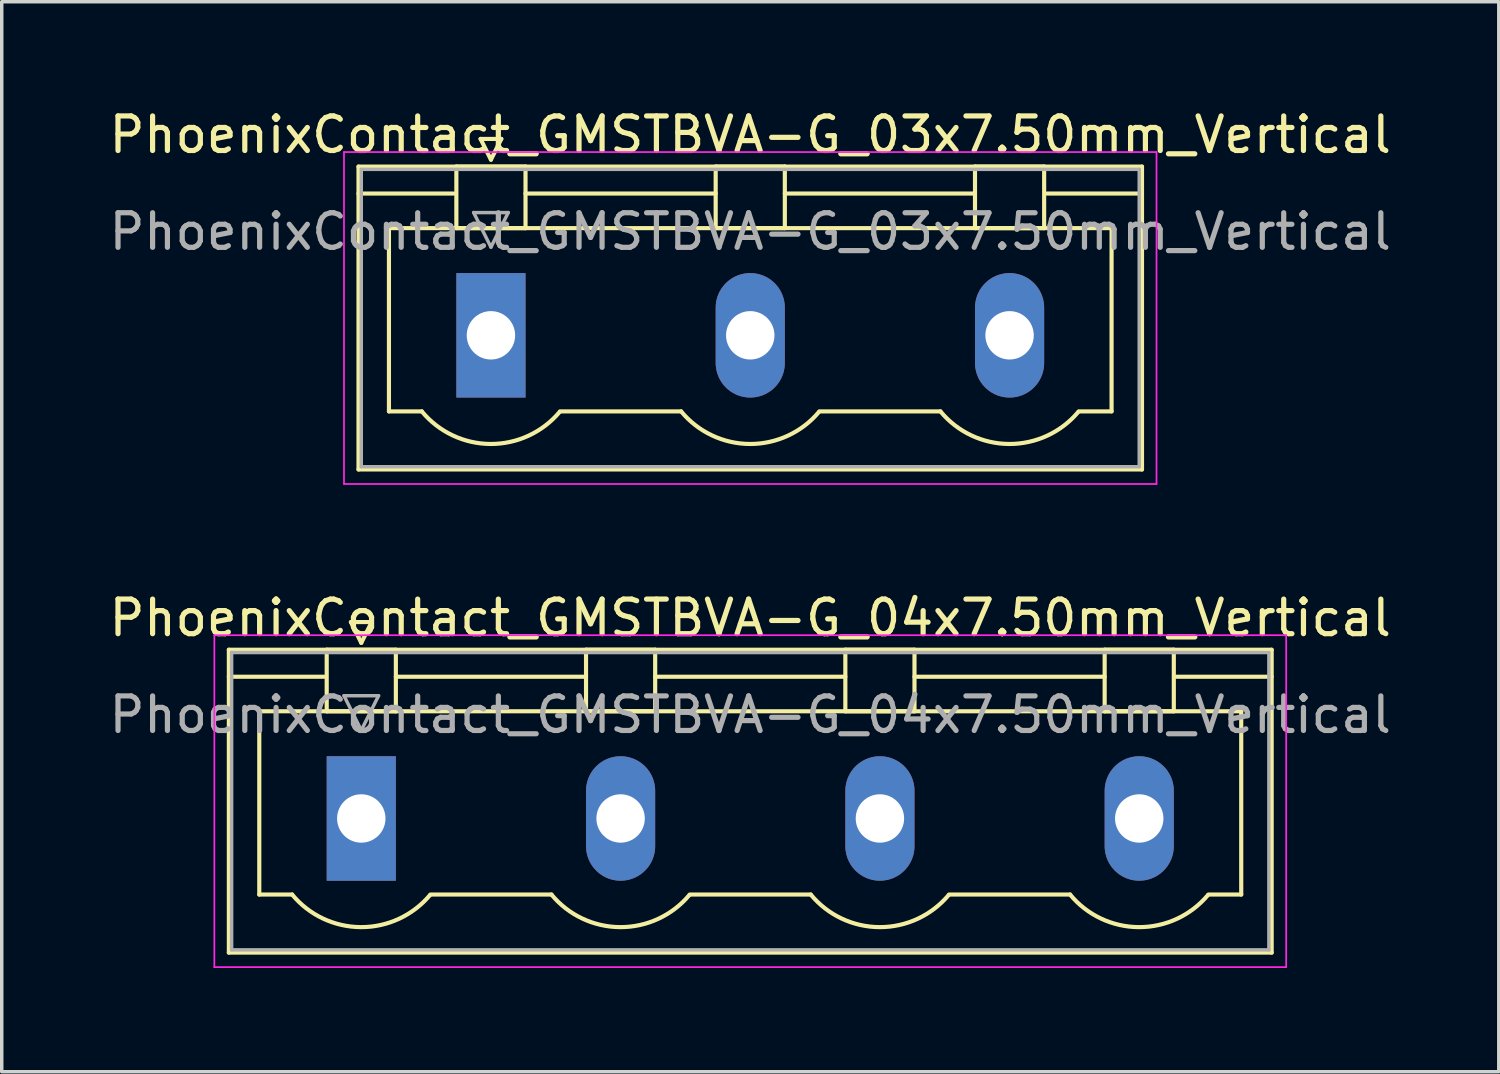
<source format=kicad_pcb>
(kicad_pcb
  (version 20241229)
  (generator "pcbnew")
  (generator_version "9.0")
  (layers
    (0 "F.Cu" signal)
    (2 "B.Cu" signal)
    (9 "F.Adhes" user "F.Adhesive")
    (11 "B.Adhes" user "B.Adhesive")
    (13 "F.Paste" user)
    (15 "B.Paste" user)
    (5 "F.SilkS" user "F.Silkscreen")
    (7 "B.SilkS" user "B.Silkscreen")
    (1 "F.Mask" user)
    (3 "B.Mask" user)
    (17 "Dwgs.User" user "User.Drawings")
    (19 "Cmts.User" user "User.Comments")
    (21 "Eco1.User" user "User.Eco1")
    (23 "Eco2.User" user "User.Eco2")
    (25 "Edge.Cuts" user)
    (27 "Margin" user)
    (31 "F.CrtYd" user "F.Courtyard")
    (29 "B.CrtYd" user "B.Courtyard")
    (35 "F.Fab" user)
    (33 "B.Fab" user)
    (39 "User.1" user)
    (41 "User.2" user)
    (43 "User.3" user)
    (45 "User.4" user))
  (footprint "PhoenixContact_GMSTBVA-G_04x7.50mm_Vertical"
    (layer "F.Cu")
    (at 7.399 20.622)
    (property "Reference" "PhoenixContact_GMSTBVA-G_04x7.50mm_Vertical" (at 11.25 -5.8 0) (layer "F.SilkS") (effects (font (size 1 1) (thickness 0.15))))
    (attr through_hole)
    (fp_line (start -3.83 -4.88) (end -3.83 3.88) (stroke (width 0.12) (type solid)) (layer "F.SilkS"))
    (fp_line (start -3.83 -4.1) (end -1.08 -4.1) (stroke (width 0.12) (type solid)) (layer "F.SilkS"))
    (fp_line (start -3.83 3.88) (end 26.33 3.88) (stroke (width 0.12) (type solid)) (layer "F.SilkS"))
    (fp_line (start -2.95 -3.1) (end 25.45 -3.1) (stroke (width 0.12) (type solid)) (layer "F.SilkS"))
    (fp_line (start -2.95 2.2) (end -2.95 -3.1) (stroke (width 0.12) (type solid)) (layer "F.SilkS"))
    (fp_line (start -2 2.2) (end -2.95 2.2) (stroke (width 0.12) (type solid)) (layer "F.SilkS"))
    (fp_line (start -1 -4.88) (end 1 -4.88) (stroke (width 0.12) (type solid)) (layer "F.SilkS"))
    (fp_line (start -1 -3.1) (end -1 -4.88) (stroke (width 0.12) (type solid)) (layer "F.SilkS"))
    (fp_line (start -0.3 -5.68) (end 0.3 -5.68) (stroke (width 0.12) (type solid)) (layer "F.SilkS"))
    (fp_line (start 0 -5.08) (end -0.3 -5.68) (stroke (width 0.12) (type solid)) (layer "F.SilkS"))
    (fp_line (start 0.3 -5.68) (end 0 -5.08) (stroke (width 0.12) (type solid)) (layer "F.SilkS"))
    (fp_line (start 1 -4.88) (end 1 -3.1) (stroke (width 0.12) (type solid)) (layer "F.SilkS"))
    (fp_line (start 1 -4.1) (end 6.5 -4.1) (stroke (width 0.12) (type solid)) (layer "F.SilkS"))
    (fp_line (start 1 -3.1) (end -1 -3.1) (stroke (width 0.12) (type solid)) (layer "F.SilkS"))
    (fp_line (start 2 2.2) (end 5.5 2.2) (stroke (width 0.12) (type solid)) (layer "F.SilkS"))
    (fp_line (start 6.5 -4.88) (end 8.5 -4.88) (stroke (width 0.12) (type solid)) (layer "F.SilkS"))
    (fp_line (start 6.5 -3.1) (end 6.5 -4.88) (stroke (width 0.12) (type solid)) (layer "F.SilkS"))
    (fp_line (start 8.5 -4.88) (end 8.5 -3.1) (stroke (width 0.12) (type solid)) (layer "F.SilkS"))
    (fp_line (start 8.5 -4.1) (end 14 -4.1) (stroke (width 0.12) (type solid)) (layer "F.SilkS"))
    (fp_line (start 8.5 -3.1) (end 6.5 -3.1) (stroke (width 0.12) (type solid)) (layer "F.SilkS"))
    (fp_line (start 9.5 2.2) (end 13 2.2) (stroke (width 0.12) (type solid)) (layer "F.SilkS"))
    (fp_line (start 14 -4.88) (end 16 -4.88) (stroke (width 0.12) (type solid)) (layer "F.SilkS"))
    (fp_line (start 14 -3.1) (end 14 -4.88) (stroke (width 0.12) (type solid)) (layer "F.SilkS"))
    (fp_line (start 16 -4.88) (end 16 -3.1) (stroke (width 0.12) (type solid)) (layer "F.SilkS"))
    (fp_line (start 16 -4.1) (end 21.5 -4.1) (stroke (width 0.12) (type solid)) (layer "F.SilkS"))
    (fp_line (start 16 -3.1) (end 14 -3.1) (stroke (width 0.12) (type solid)) (layer "F.SilkS"))
    (fp_line (start 17 2.2) (end 20.5 2.2) (stroke (width 0.12) (type solid)) (layer "F.SilkS"))
    (fp_line (start 21.5 -4.88) (end 23.5 -4.88) (stroke (width 0.12) (type solid)) (layer "F.SilkS"))
    (fp_line (start 21.5 -3.1) (end 21.5 -4.88) (stroke (width 0.12) (type solid)) (layer "F.SilkS"))
    (fp_line (start 23.5 -4.88) (end 23.5 -3.1) (stroke (width 0.12) (type solid)) (layer "F.SilkS"))
    (fp_line (start 23.5 -3.1) (end 21.5 -3.1) (stroke (width 0.12) (type solid)) (layer "F.SilkS"))
    (fp_line (start 25.45 -3.1) (end 25.45 2.2) (stroke (width 0.12) (type solid)) (layer "F.SilkS"))
    (fp_line (start 25.45 2.2) (end 24.5 2.2) (stroke (width 0.12) (type solid)) (layer "F.SilkS"))
    (fp_line (start 26.33 -4.88) (end -3.83 -4.88) (stroke (width 0.12) (type solid)) (layer "F.SilkS"))
    (fp_line (start 26.33 -4.1) (end 23.58 -4.1) (stroke (width 0.12) (type solid)) (layer "F.SilkS"))
    (fp_line (start 26.33 3.88) (end 26.33 -4.88) (stroke (width 0.12) (type solid)) (layer "F.SilkS"))
    (fp_arc (start 1.986842 2.215821) (mid -0.010289 3.142758) (end -2 2.2) (stroke (width 0.12) (type solid)) (layer "F.SilkS"))
    (fp_arc (start 9.486842 2.215821) (mid 7.489711 3.142758) (end 5.5 2.2) (stroke (width 0.12) (type solid)) (layer "F.SilkS"))
    (fp_arc (start 16.986842 2.215821) (mid 14.989711 3.142758) (end 13 2.2) (stroke (width 0.12) (type solid)) (layer "F.SilkS"))
    (fp_arc (start 24.486842 2.215821) (mid 22.489711 3.142758) (end 20.5 2.2) (stroke (width 0.12) (type solid)) (layer "F.SilkS"))
    (fp_line (start -4.25 -5.3) (end -4.25 4.3) (stroke (width 0.05) (type solid)) (layer "F.CrtYd"))
    (fp_line (start -4.25 4.3) (end 26.75 4.3) (stroke (width 0.05) (type solid)) (layer "F.CrtYd"))
    (fp_line (start 26.75 -5.3) (end -4.25 -5.3) (stroke (width 0.05) (type solid)) (layer "F.CrtYd"))
    (fp_line (start 26.75 4.3) (end 26.75 -5.3) (stroke (width 0.05) (type solid)) (layer "F.CrtYd"))
    (fp_line (start -3.75 -4.8) (end -3.75 3.8) (stroke (width 0.1) (type solid)) (layer "F.Fab"))
    (fp_line (start -3.75 3.8) (end 26.25 3.8) (stroke (width 0.1) (type solid)) (layer "F.Fab"))
    (fp_line (start -0.5 -3.55) (end 0.5 -3.55) (stroke (width 0.1) (type solid)) (layer "F.Fab"))
    (fp_line (start 0 -2.55) (end -0.5 -3.55) (stroke (width 0.1) (type solid)) (layer "F.Fab"))
    (fp_line (start 0.5 -3.55) (end 0 -2.55) (stroke (width 0.1) (type solid)) (layer "F.Fab"))
    (fp_line (start 26.25 -4.8) (end -3.75 -4.8) (stroke (width 0.1) (type solid)) (layer "F.Fab"))
    (fp_line (start 26.25 3.8) (end 26.25 -4.8) (stroke (width 0.1) (type solid)) (layer "F.Fab"))
    (fp_text user "${REFERENCE}" (at 11.25 -3 0) (layer "F.Fab") (effects (font (size 1 1) (thickness 0.15))))
    (pad "1" thru_hole rect (at 0 0) (size 2 3.6) (drill 1.4) (layers "*.Cu" "*.Mask"))
    (pad "2" thru_hole oval (at 7.5 0) (size 2 3.6) (drill 1.4) (layers "*.Cu" "*.Mask"))
    (pad "3" thru_hole oval (at 15 0) (size 2 3.6) (drill 1.4) (layers "*.Cu" "*.Mask"))
    (pad "4" thru_hole oval (at 22.5 0) (size 2 3.6) (drill 1.4) (layers "*.Cu" "*.Mask")))
  (footprint "PhoenixContact_GMSTBVA-G_03x7.50mm_Vertical"
    (layer "F.Cu")
    (at 11.149 6.648)
    (property "Reference" "PhoenixContact_GMSTBVA-G_03x7.50mm_Vertical" (at 7.5 -5.8 0) (layer "F.SilkS") (effects (font (size 1 1) (thickness 0.15))))
    (attr through_hole)
    (fp_line (start -3.83 -4.88) (end -3.83 3.88) (stroke (width 0.12) (type solid)) (layer "F.SilkS"))
    (fp_line (start -3.83 -4.1) (end -1.08 -4.1) (stroke (width 0.12) (type solid)) (layer "F.SilkS"))
    (fp_line (start -3.83 3.88) (end 18.83 3.88) (stroke (width 0.12) (type solid)) (layer "F.SilkS"))
    (fp_line (start -2.95 -3.1) (end 17.95 -3.1) (stroke (width 0.12) (type solid)) (layer "F.SilkS"))
    (fp_line (start -2.95 2.2) (end -2.95 -3.1) (stroke (width 0.12) (type solid)) (layer "F.SilkS"))
    (fp_line (start -2 2.2) (end -2.95 2.2) (stroke (width 0.12) (type solid)) (layer "F.SilkS"))
    (fp_line (start -1 -4.88) (end 1 -4.88) (stroke (width 0.12) (type solid)) (layer "F.SilkS"))
    (fp_line (start -1 -3.1) (end -1 -4.88) (stroke (width 0.12) (type solid)) (layer "F.SilkS"))
    (fp_line (start -0.3 -5.68) (end 0.3 -5.68) (stroke (width 0.12) (type solid)) (layer "F.SilkS"))
    (fp_line (start 0 -5.08) (end -0.3 -5.68) (stroke (width 0.12) (type solid)) (layer "F.SilkS"))
    (fp_line (start 0.3 -5.68) (end 0 -5.08) (stroke (width 0.12) (type solid)) (layer "F.SilkS"))
    (fp_line (start 1 -4.88) (end 1 -3.1) (stroke (width 0.12) (type solid)) (layer "F.SilkS"))
    (fp_line (start 1 -4.1) (end 6.5 -4.1) (stroke (width 0.12) (type solid)) (layer "F.SilkS"))
    (fp_line (start 1 -3.1) (end -1 -3.1) (stroke (width 0.12) (type solid)) (layer "F.SilkS"))
    (fp_line (start 2 2.2) (end 5.5 2.2) (stroke (width 0.12) (type solid)) (layer "F.SilkS"))
    (fp_line (start 6.5 -4.88) (end 8.5 -4.88) (stroke (width 0.12) (type solid)) (layer "F.SilkS"))
    (fp_line (start 6.5 -3.1) (end 6.5 -4.88) (stroke (width 0.12) (type solid)) (layer "F.SilkS"))
    (fp_line (start 8.5 -4.88) (end 8.5 -3.1) (stroke (width 0.12) (type solid)) (layer "F.SilkS"))
    (fp_line (start 8.5 -4.1) (end 14 -4.1) (stroke (width 0.12) (type solid)) (layer "F.SilkS"))
    (fp_line (start 8.5 -3.1) (end 6.5 -3.1) (stroke (width 0.12) (type solid)) (layer "F.SilkS"))
    (fp_line (start 9.5 2.2) (end 13 2.2) (stroke (width 0.12) (type solid)) (layer "F.SilkS"))
    (fp_line (start 14 -4.88) (end 16 -4.88) (stroke (width 0.12) (type solid)) (layer "F.SilkS"))
    (fp_line (start 14 -3.1) (end 14 -4.88) (stroke (width 0.12) (type solid)) (layer "F.SilkS"))
    (fp_line (start 16 -4.88) (end 16 -3.1) (stroke (width 0.12) (type solid)) (layer "F.SilkS"))
    (fp_line (start 16 -3.1) (end 14 -3.1) (stroke (width 0.12) (type solid)) (layer "F.SilkS"))
    (fp_line (start 17.95 -3.1) (end 17.95 2.2) (stroke (width 0.12) (type solid)) (layer "F.SilkS"))
    (fp_line (start 17.95 2.2) (end 17 2.2) (stroke (width 0.12) (type solid)) (layer "F.SilkS"))
    (fp_line (start 18.83 -4.88) (end -3.83 -4.88) (stroke (width 0.12) (type solid)) (layer "F.SilkS"))
    (fp_line (start 18.83 -4.1) (end 16.08 -4.1) (stroke (width 0.12) (type solid)) (layer "F.SilkS"))
    (fp_line (start 18.83 3.88) (end 18.83 -4.88) (stroke (width 0.12) (type solid)) (layer "F.SilkS"))
    (fp_arc (start 1.986842 2.215821) (mid -0.010289 3.142758) (end -2 2.2) (stroke (width 0.12) (type solid)) (layer "F.SilkS"))
    (fp_arc (start 9.486842 2.215821) (mid 7.489711 3.142758) (end 5.5 2.2) (stroke (width 0.12) (type solid)) (layer "F.SilkS"))
    (fp_arc (start 16.986842 2.215821) (mid 14.989711 3.142758) (end 13 2.2) (stroke (width 0.12) (type solid)) (layer "F.SilkS"))
    (fp_line (start -4.25 -5.3) (end -4.25 4.3) (stroke (width 0.05) (type solid)) (layer "F.CrtYd"))
    (fp_line (start -4.25 4.3) (end 19.25 4.3) (stroke (width 0.05) (type solid)) (layer "F.CrtYd"))
    (fp_line (start 19.25 -5.3) (end -4.25 -5.3) (stroke (width 0.05) (type solid)) (layer "F.CrtYd"))
    (fp_line (start 19.25 4.3) (end 19.25 -5.3) (stroke (width 0.05) (type solid)) (layer "F.CrtYd"))
    (fp_line (start -3.75 -4.8) (end -3.75 3.8) (stroke (width 0.1) (type solid)) (layer "F.Fab"))
    (fp_line (start -3.75 3.8) (end 18.75 3.8) (stroke (width 0.1) (type solid)) (layer "F.Fab"))
    (fp_line (start -0.5 -3.55) (end 0.5 -3.55) (stroke (width 0.1) (type solid)) (layer "F.Fab"))
    (fp_line (start 0 -2.55) (end -0.5 -3.55) (stroke (width 0.1) (type solid)) (layer "F.Fab"))
    (fp_line (start 0.5 -3.55) (end 0 -2.55) (stroke (width 0.1) (type solid)) (layer "F.Fab"))
    (fp_line (start 18.75 -4.8) (end -3.75 -4.8) (stroke (width 0.1) (type solid)) (layer "F.Fab"))
    (fp_line (start 18.75 3.8) (end 18.75 -4.8) (stroke (width 0.1) (type solid)) (layer "F.Fab"))
    (fp_text user "${REFERENCE}" (at 7.5 -3 0) (layer "F.Fab") (effects (font (size 1 1) (thickness 0.15))))
    (pad "1" thru_hole rect (at 0 0) (size 2 3.6) (drill 1.4) (layers "*.Cu" "*.Mask"))
    (pad "2" thru_hole oval (at 7.5 0) (size 2 3.6) (drill 1.4) (layers "*.Cu" "*.Mask"))
    (pad "3" thru_hole oval (at 15 0) (size 2 3.6) (drill 1.4) (layers "*.Cu" "*.Mask")))
  (gr_rect
    (start -3 -3)
    (end 40.298 27.947)
    (stroke (width 0.1) (type default))
    (fill no)
    (layer "Edge.Cuts")))
</source>
